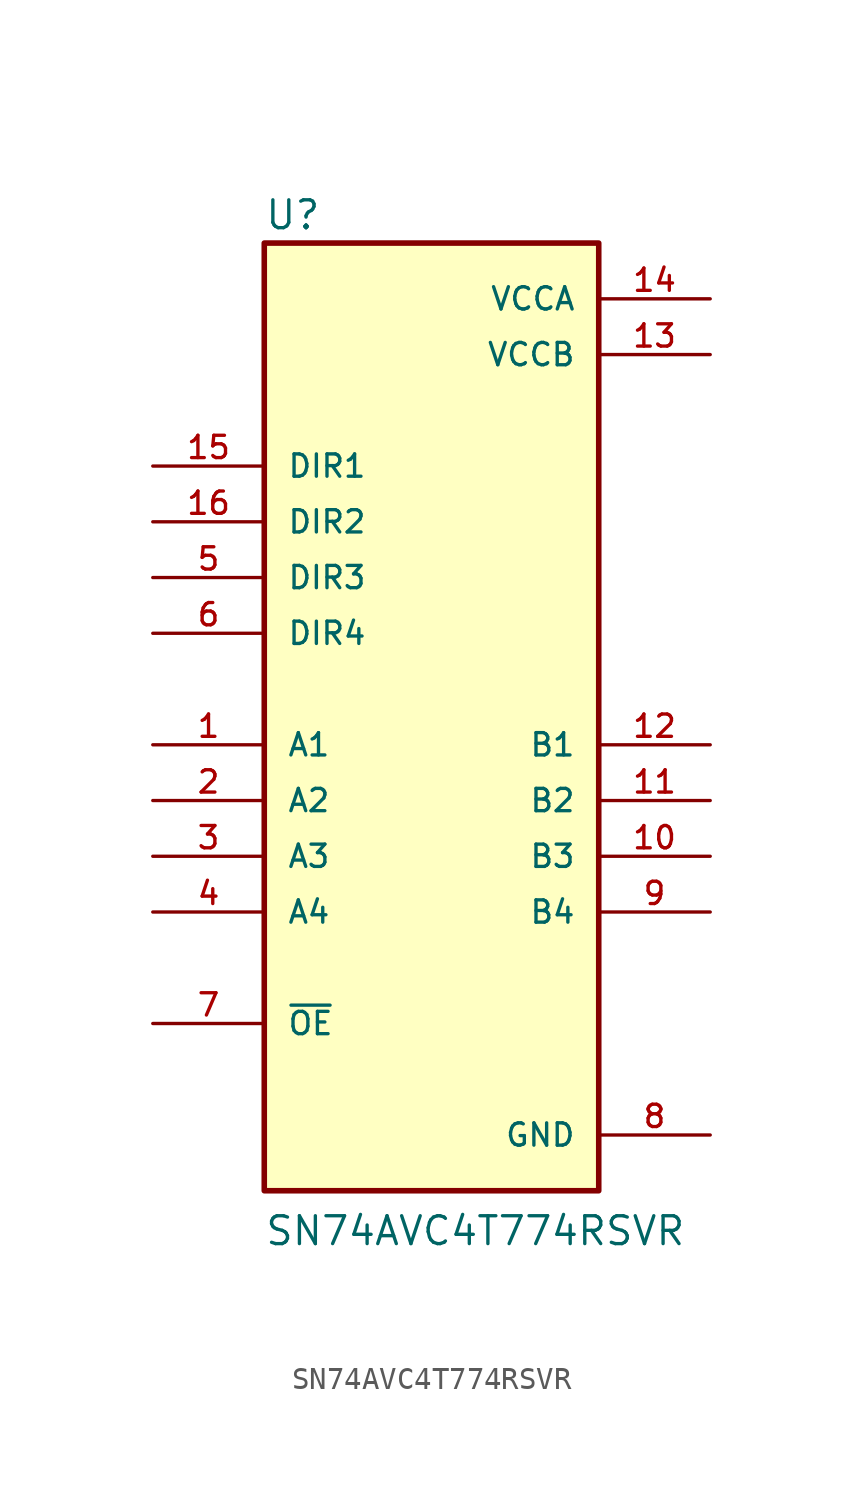
<source format=kicad_sym>
(kicad_symbol_lib
  (version 20211014)
  (generator kicad_symbol_editor)
  (symbol "SN74AVC4T774RSVR"
    (pin_names
      (offset 1.016))
    (property "Reference" "U"
      (at -7.631 20.858 0)
      (effects (font (size 1.27 1.27)) (justify bottom left)))
    (property "Value" "SN74AVC4T774RSVR"
      (at -7.63 -25.432 0)
      (effects (font (size 1.27 1.27)) (justify bottom left)))
    (symbol "SN74AVC4T774RSVR_0_0"
      (rectangle (start -7.62 -22.86) (end 7.62 20.32) (stroke (width 0.254)) (fill (type background)))
      (pin bidirectional line (at -12.7 -2.54 0) (length 5.08) (name "A1" (effects (font (size 1.016 1.016)))) (number "1" (effects (font (size 1.016 1.016)))))
      (pin bidirectional line (at -12.7 -5.08 0) (length 5.08) (name "A2" (effects (font (size 1.016 1.016)))) (number "2" (effects (font (size 1.016 1.016)))))
      (pin bidirectional line (at -12.7 -7.62 0) (length 5.08) (name "A3" (effects (font (size 1.016 1.016)))) (number "3" (effects (font (size 1.016 1.016)))))
      (pin bidirectional line (at -12.7 -10.16 0) (length 5.08) (name "A4" (effects (font (size 1.016 1.016)))) (number "4" (effects (font (size 1.016 1.016)))))
      (pin input line (at -12.7 5.08 0) (length 5.08) (name "DIR3" (effects (font (size 1.016 1.016)))) (number "5" (effects (font (size 1.016 1.016)))))
      (pin input line (at -12.7 2.54 0) (length 5.08) (name "DIR4" (effects (font (size 1.016 1.016)))) (number "6" (effects (font (size 1.016 1.016)))))
      (pin input line (at -12.7 -15.24 0) (length 5.08) (name "~{OE}" (effects (font (size 1.016 1.016)))) (number "7" (effects (font (size 1.016 1.016)))))
      (pin power_in line (at 12.7 -20.32 180.0) (length 5.08) (name "GND" (effects (font (size 1.016 1.016)))) (number "8" (effects (font (size 1.016 1.016)))))
      (pin bidirectional line (at 12.7 -10.16 180.0) (length 5.08) (name "B4" (effects (font (size 1.016 1.016)))) (number "9" (effects (font (size 1.016 1.016)))))
      (pin bidirectional line (at 12.7 -7.62 180.0) (length 5.08) (name "B3" (effects (font (size 1.016 1.016)))) (number "10" (effects (font (size 1.016 1.016)))))
      (pin bidirectional line (at 12.7 -5.08 180.0) (length 5.08) (name "B2" (effects (font (size 1.016 1.016)))) (number "11" (effects (font (size 1.016 1.016)))))
      (pin bidirectional line (at 12.7 -2.54 180.0) (length 5.08) (name "B1" (effects (font (size 1.016 1.016)))) (number "12" (effects (font (size 1.016 1.016)))))
      (pin power_in line (at 12.7 15.24 180.0) (length 5.08) (name "VCCB" (effects (font (size 1.016 1.016)))) (number "13" (effects (font (size 1.016 1.016)))))
      (pin power_in line (at 12.7 17.78 180.0) (length 5.08) (name "VCCA" (effects (font (size 1.016 1.016)))) (number "14" (effects (font (size 1.016 1.016)))))
      (pin input line (at -12.7 10.16 0) (length 5.08) (name "DIR1" (effects (font (size 1.016 1.016)))) (number "15" (effects (font (size 1.016 1.016)))))
      (pin input line (at -12.7 7.62 0) (length 5.08) (name "DIR2" (effects (font (size 1.016 1.016)))) (number "16" (effects (font (size 1.016 1.016))))))))
</source>
